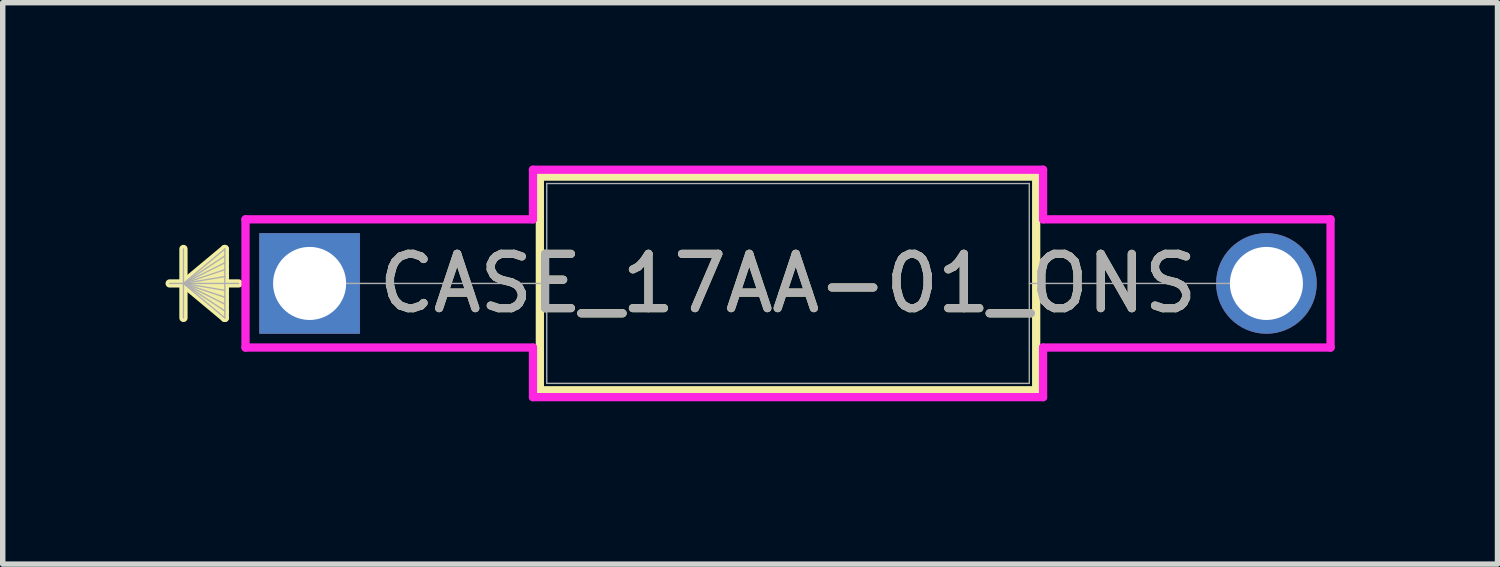
<source format=kicad_pcb>
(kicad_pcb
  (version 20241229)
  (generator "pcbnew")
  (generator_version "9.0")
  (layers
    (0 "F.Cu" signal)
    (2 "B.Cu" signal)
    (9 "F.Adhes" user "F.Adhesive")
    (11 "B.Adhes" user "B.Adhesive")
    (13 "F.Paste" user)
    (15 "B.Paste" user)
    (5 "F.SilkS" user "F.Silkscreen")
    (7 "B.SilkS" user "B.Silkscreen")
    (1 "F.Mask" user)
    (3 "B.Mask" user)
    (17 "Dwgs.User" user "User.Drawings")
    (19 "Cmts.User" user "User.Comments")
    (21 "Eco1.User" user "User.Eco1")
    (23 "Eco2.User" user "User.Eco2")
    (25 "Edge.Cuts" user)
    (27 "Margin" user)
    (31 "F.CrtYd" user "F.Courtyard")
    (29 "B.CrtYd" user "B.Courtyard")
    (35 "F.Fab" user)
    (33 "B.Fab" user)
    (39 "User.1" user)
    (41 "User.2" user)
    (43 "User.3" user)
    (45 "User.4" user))
  (footprint "CASE_17AA-01_ONS"
    (layer "F.Cu")
    (at 2.654 2.172)
    (property "Reference" "CASE_17AA-01_ONS" (at 8.814 0 0) (unlocked yes) (layer "F.SilkS") (effects (font (size 1 1) (thickness 0.15))))
    (attr through_hole)
    (fp_line (start -2.324 -0.635) (end -2.324 0.635) (stroke (width 0.152) (type solid)) (layer "F.SilkS"))
    (fp_line (start -2.324 0) (end -1.562 -0.635) (stroke (width 0.152) (type solid)) (layer "F.SilkS"))
    (fp_line (start -2.324 0) (end -1.562 -0.508) (stroke (width 0.152) (type solid)) (layer "F.SilkS"))
    (fp_line (start -2.324 0) (end -1.562 -0.381) (stroke (width 0.152) (type solid)) (layer "F.SilkS"))
    (fp_line (start -2.324 0) (end -1.562 -0.254) (stroke (width 0.152) (type solid)) (layer "F.SilkS"))
    (fp_line (start -2.324 0) (end -1.562 -0.127) (stroke (width 0.152) (type solid)) (layer "F.SilkS"))
    (fp_line (start -2.324 0) (end -1.562 0.127) (stroke (width 0.152) (type solid)) (layer "F.SilkS"))
    (fp_line (start -2.324 0) (end -1.562 0.254) (stroke (width 0.152) (type solid)) (layer "F.SilkS"))
    (fp_line (start -2.324 0) (end -1.562 0.381) (stroke (width 0.152) (type solid)) (layer "F.SilkS"))
    (fp_line (start -2.324 0) (end -1.562 0.508) (stroke (width 0.152) (type solid)) (layer "F.SilkS"))
    (fp_line (start -2.324 0) (end -1.562 0.635) (stroke (width 0.152) (type solid)) (layer "F.SilkS"))
    (fp_line (start -1.562 -0.635) (end -1.562 0.635) (stroke (width 0.152) (type solid)) (layer "F.SilkS"))
    (fp_line (start -1.308 0) (end -2.578 0) (stroke (width 0.152) (type solid)) (layer "F.SilkS"))
    (fp_line (start 4.242 -1.968) (end 4.242 1.968) (stroke (width 0.152) (type solid)) (layer "F.SilkS"))
    (fp_line (start 4.242 1.968) (end 13.386 1.968) (stroke (width 0.152) (type solid)) (layer "F.SilkS"))
    (fp_line (start 13.386 -1.968) (end 4.242 -1.968) (stroke (width 0.152) (type solid)) (layer "F.SilkS"))
    (fp_line (start 13.386 1.968) (end 13.386 -1.968) (stroke (width 0.152) (type solid)) (layer "F.SilkS"))
    (fp_line (start -1.181 -1.181) (end 4.115 -1.181) (stroke (width 0.152) (type solid)) (layer "F.CrtYd"))
    (fp_line (start -1.181 1.181) (end -1.181 -1.181) (stroke (width 0.152) (type solid)) (layer "F.CrtYd"))
    (fp_line (start 4.115 -2.095) (end 13.513 -2.095) (stroke (width 0.152) (type solid)) (layer "F.CrtYd"))
    (fp_line (start 4.115 -1.181) (end 4.115 -2.095) (stroke (width 0.152) (type solid)) (layer "F.CrtYd"))
    (fp_line (start 4.115 1.181) (end -1.181 1.181) (stroke (width 0.152) (type solid)) (layer "F.CrtYd"))
    (fp_line (start 4.115 2.095) (end 4.115 1.181) (stroke (width 0.152) (type solid)) (layer "F.CrtYd"))
    (fp_line (start 13.513 -2.095) (end 13.513 -1.181) (stroke (width 0.152) (type solid)) (layer "F.CrtYd"))
    (fp_line (start 13.513 -1.181) (end 18.809 -1.181) (stroke (width 0.152) (type solid)) (layer "F.CrtYd"))
    (fp_line (start 13.513 1.181) (end 13.513 2.095) (stroke (width 0.152) (type solid)) (layer "F.CrtYd"))
    (fp_line (start 13.513 2.095) (end 4.115 2.095) (stroke (width 0.152) (type solid)) (layer "F.CrtYd"))
    (fp_line (start 18.809 -1.181) (end 18.809 1.181) (stroke (width 0.152) (type solid)) (layer "F.CrtYd"))
    (fp_line (start 18.809 1.181) (end 13.513 1.181) (stroke (width 0.152) (type solid)) (layer "F.CrtYd"))
    (fp_line (start -2.324 -0.635) (end -2.324 0.635) (stroke (width 0.025) (type solid)) (layer "F.Fab"))
    (fp_line (start -2.324 0) (end -1.562 -0.635) (stroke (width 0.025) (type solid)) (layer "F.Fab"))
    (fp_line (start -2.324 0) (end -1.562 -0.508) (stroke (width 0.025) (type solid)) (layer "F.Fab"))
    (fp_line (start -2.324 0) (end -1.562 -0.381) (stroke (width 0.025) (type solid)) (layer "F.Fab"))
    (fp_line (start -2.324 0) (end -1.562 -0.254) (stroke (width 0.025) (type solid)) (layer "F.Fab"))
    (fp_line (start -2.324 0) (end -1.562 -0.127) (stroke (width 0.025) (type solid)) (layer "F.Fab"))
    (fp_line (start -2.324 0) (end -1.562 0.127) (stroke (width 0.025) (type solid)) (layer "F.Fab"))
    (fp_line (start -2.324 0) (end -1.562 0.254) (stroke (width 0.025) (type solid)) (layer "F.Fab"))
    (fp_line (start -2.324 0) (end -1.562 0.381) (stroke (width 0.025) (type solid)) (layer "F.Fab"))
    (fp_line (start -2.324 0) (end -1.562 0.508) (stroke (width 0.025) (type solid)) (layer "F.Fab"))
    (fp_line (start -2.324 0) (end -1.562 0.635) (stroke (width 0.025) (type solid)) (layer "F.Fab"))
    (fp_line (start -1.562 -0.635) (end -1.562 0.635) (stroke (width 0.025) (type solid)) (layer "F.Fab"))
    (fp_line (start -1.308 0) (end -2.578 0) (stroke (width 0.025) (type solid)) (layer "F.Fab"))
    (fp_line (start 0 0) (end 4.369 0) (stroke (width 0.025) (type solid)) (layer "F.Fab"))
    (fp_line (start 4.369 -1.841) (end 4.369 1.841) (stroke (width 0.025) (type solid)) (layer "F.Fab"))
    (fp_line (start 4.369 1.841) (end 13.259 1.841) (stroke (width 0.025) (type solid)) (layer "F.Fab"))
    (fp_line (start 13.259 -1.841) (end 4.369 -1.841) (stroke (width 0.025) (type solid)) (layer "F.Fab"))
    (fp_line (start 13.259 1.841) (end 13.259 -1.841) (stroke (width 0.025) (type solid)) (layer "F.Fab"))
    (fp_line (start 17.628 0) (end 13.259 0) (stroke (width 0.025) (type solid)) (layer "F.Fab"))
    (fp_text user "${REFERENCE}" (at 8.814 0 0) (unlocked yes) (layer "F.Fab") (effects (font (size 1 1) (thickness 0.15))))
    (pad "1" thru_hole rect (at 0 0) (size 1.854 1.854) (drill 1.346) (layers "*.Cu" "*.Mask"))
    (pad "2" thru_hole circle (at 17.628 0) (size 1.854 1.854) (drill 1.346) (layers "*.Cu" "*.Mask")))
  (gr_rect
    (start -3 -3)
    (end 24.539 7.343)
    (stroke (width 0.1) (type default))
    (fill no)
    (layer "Edge.Cuts")))
</source>
